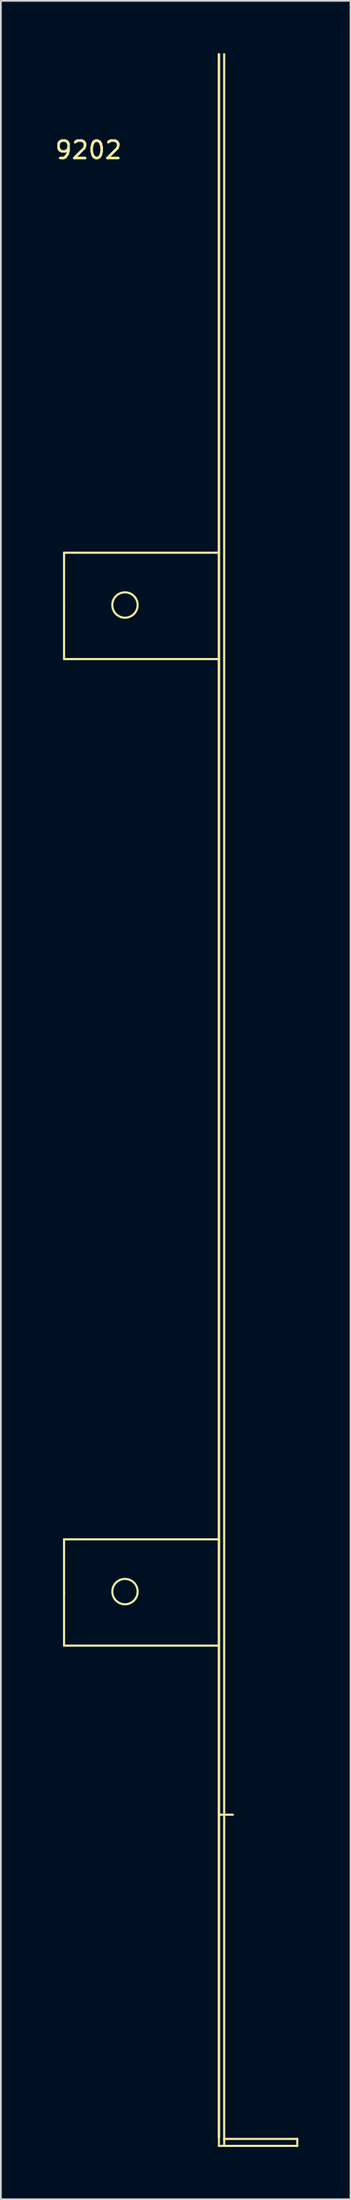
<source format=kicad_pcb>
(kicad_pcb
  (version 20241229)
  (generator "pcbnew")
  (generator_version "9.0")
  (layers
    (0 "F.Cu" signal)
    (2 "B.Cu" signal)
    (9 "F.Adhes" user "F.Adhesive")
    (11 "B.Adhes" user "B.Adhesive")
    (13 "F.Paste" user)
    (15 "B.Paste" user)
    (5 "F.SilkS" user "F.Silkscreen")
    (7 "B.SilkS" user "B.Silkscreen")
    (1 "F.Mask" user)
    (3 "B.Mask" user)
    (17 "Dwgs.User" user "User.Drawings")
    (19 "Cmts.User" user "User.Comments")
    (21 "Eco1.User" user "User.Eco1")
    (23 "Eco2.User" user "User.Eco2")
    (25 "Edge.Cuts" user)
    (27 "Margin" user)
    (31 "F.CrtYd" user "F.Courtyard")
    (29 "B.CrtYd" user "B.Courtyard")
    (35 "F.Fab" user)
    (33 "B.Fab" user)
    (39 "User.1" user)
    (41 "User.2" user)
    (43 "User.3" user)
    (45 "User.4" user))
  (footprint "9202"
    (layer "F.Cu")
    (at 2.03 5.06)
    (property "Reference" "9202" (at 0 0.5 0) (layer "F.SilkS") (effects (font (size 1 1) (thickness 0.15))))
    (attr through_hole)
    (fp_line (start -1.4 23.6) (end 7.5 23.6) (stroke (width 0.12) (type solid)) (layer "F.SilkS"))
    (fp_line (start -1.4 26.65) (end -1.4 23.6) (stroke (width 0.12) (type solid)) (layer "F.SilkS"))
    (fp_line (start -1.4 26.65) (end -1.4 29.7) (stroke (width 0.12) (type solid)) (layer "F.SilkS"))
    (fp_line (start -1.4 29.7) (end 7.5 29.7) (stroke (width 0.12) (type solid)) (layer "F.SilkS"))
    (fp_line (start -1.4 80.2) (end 7.5 80.2) (stroke (width 0.12) (type solid)) (layer "F.SilkS"))
    (fp_line (start -1.4 83.25) (end -1.4 80.2) (stroke (width 0.12) (type solid)) (layer "F.SilkS"))
    (fp_line (start -1.4 83.25) (end -1.4 86.3) (stroke (width 0.12) (type solid)) (layer "F.SilkS"))
    (fp_line (start -1.4 86.3) (end 7.5 86.3) (stroke (width 0.12) (type solid)) (layer "F.SilkS"))
    (fp_line (start 7.5 -5) (end 7.5 114.5) (stroke (width 0.12) (type solid)) (layer "F.SilkS"))
    (fp_line (start 7.5 -5) (end 7.5 115) (stroke (width 0.12) (type solid)) (layer "F.SilkS"))
    (fp_line (start 7.5 96) (end 8.3 96) (stroke (width 0.12) (type solid)) (layer "F.SilkS"))
    (fp_line (start 7.5 115) (end 12 115) (stroke (width 0.12) (type solid)) (layer "F.SilkS"))
    (fp_line (start 7.8 -5) (end 7.8 115) (stroke (width 0.12) (type solid)) (layer "F.SilkS"))
    (fp_line (start 7.8 114.6) (end 12 114.6) (stroke (width 0.12) (type solid)) (layer "F.SilkS"))
    (fp_line (start 12 115) (end 12 114.6) (stroke (width 0.12) (type solid)) (layer "F.SilkS"))
    (fp_circle (center 2.1 26.6) (end 2.8 26.4) (stroke (width 0.12) (type solid)) (fill no) (layer "F.SilkS"))
    (fp_circle (center 2.1 83.2) (end 2.8 83) (stroke (width 0.12) (type solid)) (fill no) (layer "F.SilkS")))
  (gr_rect
    (start -3 -3)
    (end 17.09 123.12)
    (stroke (width 0.1) (type default))
    (fill no)
    (layer "Edge.Cuts")))
</source>
